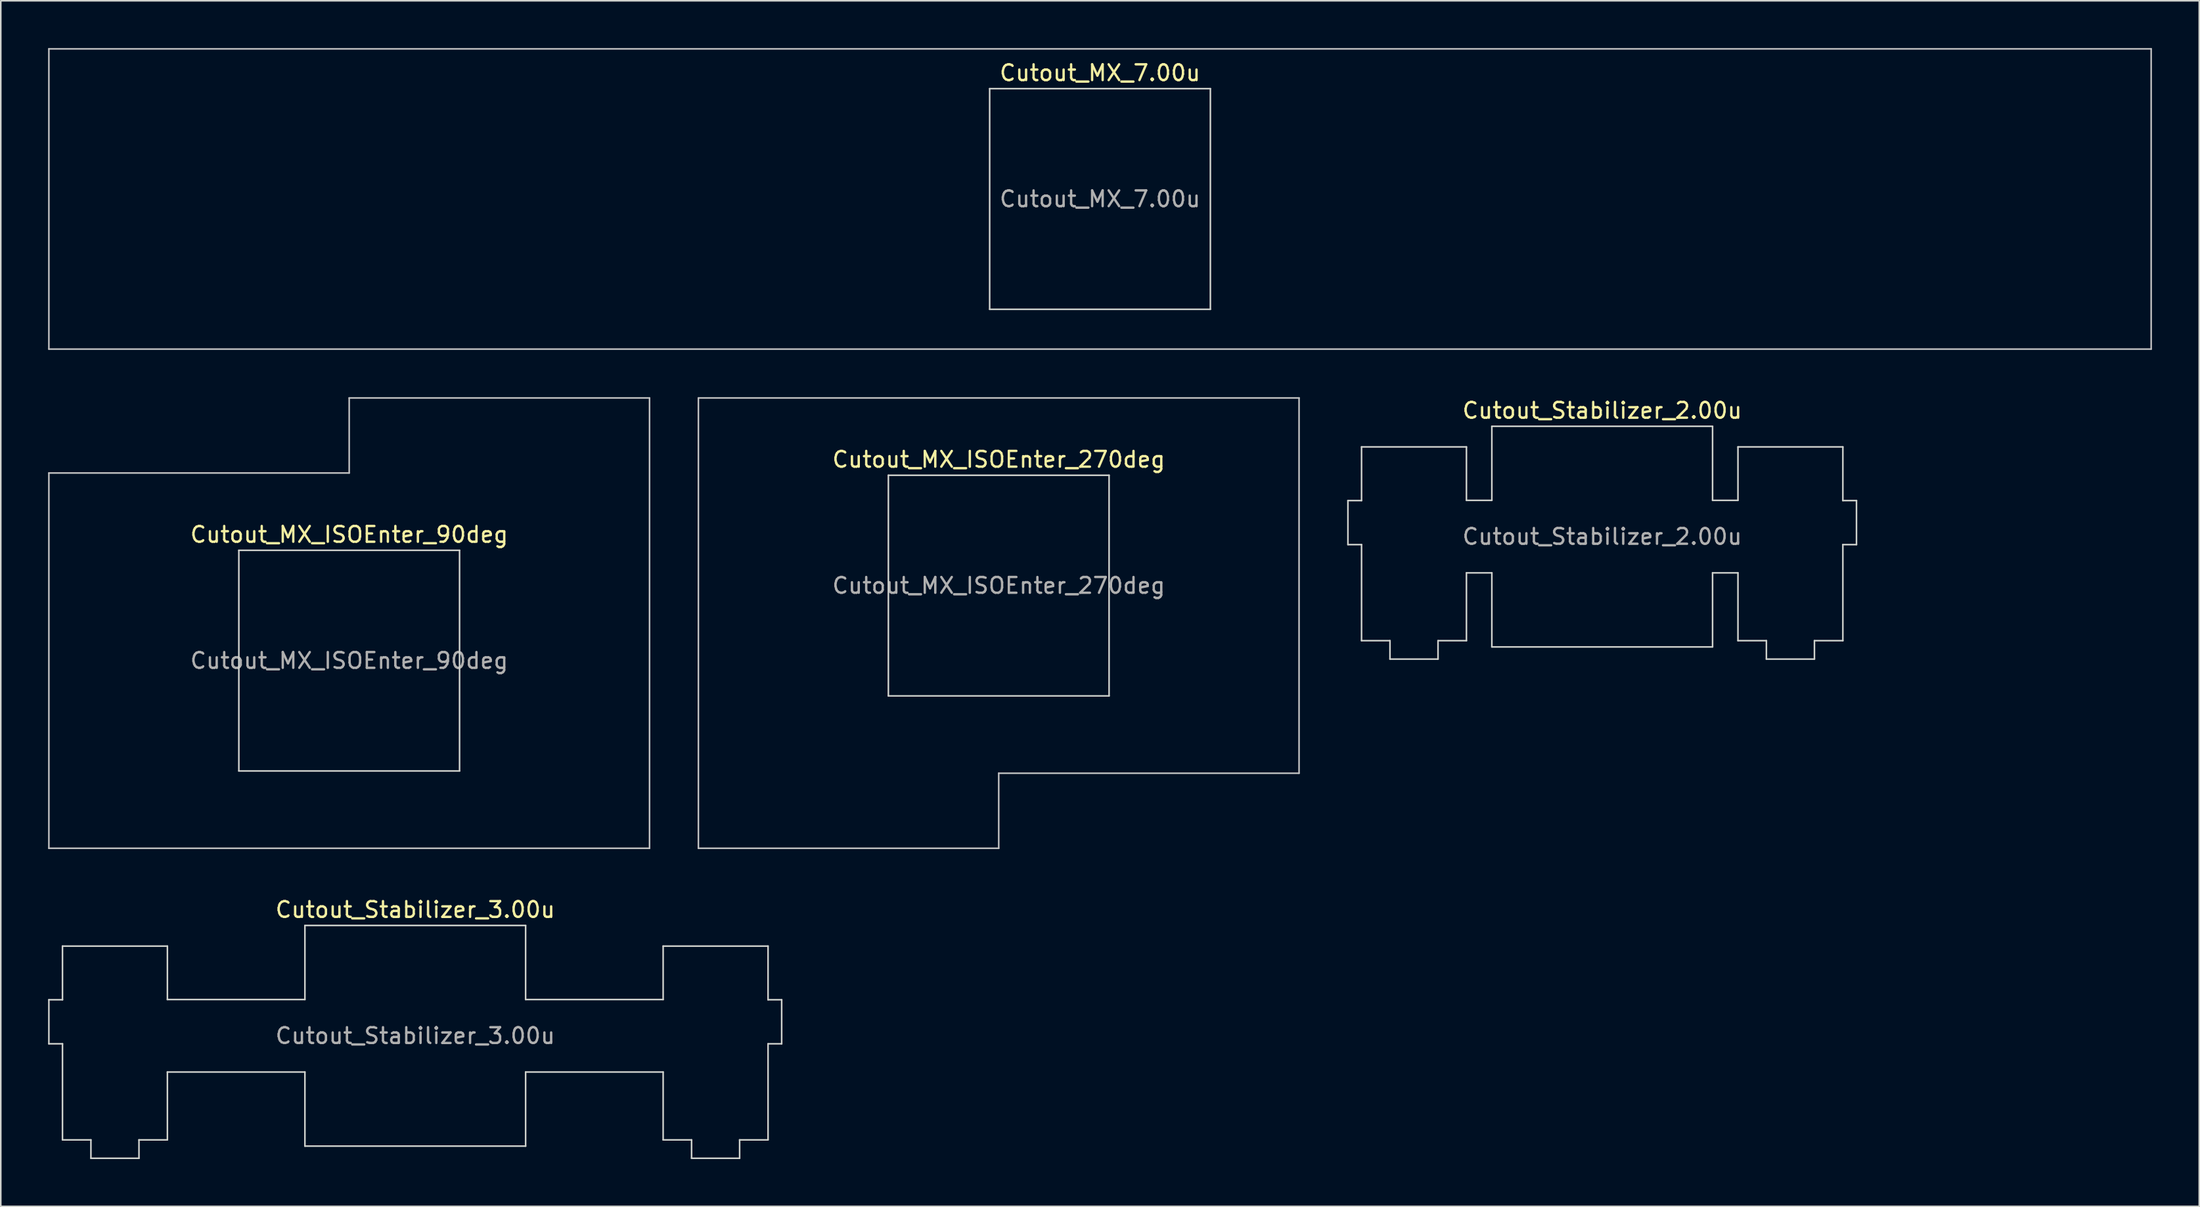
<source format=kicad_pcb>
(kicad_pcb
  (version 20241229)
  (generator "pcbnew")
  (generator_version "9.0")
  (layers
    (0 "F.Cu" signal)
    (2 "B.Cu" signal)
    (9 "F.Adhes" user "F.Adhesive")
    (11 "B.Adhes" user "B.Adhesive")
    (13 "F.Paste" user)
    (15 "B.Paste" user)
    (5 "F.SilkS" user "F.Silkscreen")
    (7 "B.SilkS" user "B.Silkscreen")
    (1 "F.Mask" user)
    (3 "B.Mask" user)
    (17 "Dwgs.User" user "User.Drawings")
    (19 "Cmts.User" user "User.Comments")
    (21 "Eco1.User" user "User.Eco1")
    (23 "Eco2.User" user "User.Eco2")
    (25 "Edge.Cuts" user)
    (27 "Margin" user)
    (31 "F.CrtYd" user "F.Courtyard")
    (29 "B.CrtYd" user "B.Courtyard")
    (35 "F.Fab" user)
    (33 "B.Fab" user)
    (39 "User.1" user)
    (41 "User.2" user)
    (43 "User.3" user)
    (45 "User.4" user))
  (footprint "Cutout_Stabilizer_3.00u"
    (layer "F.Cu")
    (at 23.291 62.673)
    (property "Reference" "Cutout_Stabilizer_3.00u" (at 0 -8 0) (layer "F.SilkS") (effects (font (size 1 1) (thickness 0.15))))
    (attr through_hole)
    (fp_line (start -23.241 -2.286) (end -22.377 -2.286) (stroke (width 0.1) (type solid)) (layer "Edge.Cuts"))
    (fp_line (start -23.241 0.508) (end -23.241 -2.286) (stroke (width 0.1) (type solid)) (layer "Edge.Cuts"))
    (fp_line (start -22.377 -5.69) (end -15.723 -5.69) (stroke (width 0.1) (type solid)) (layer "Edge.Cuts"))
    (fp_line (start -22.377 -2.286) (end -22.377 -5.69) (stroke (width 0.1) (type solid)) (layer "Edge.Cuts"))
    (fp_line (start -22.377 0.508) (end -23.241 0.508) (stroke (width 0.1) (type solid)) (layer "Edge.Cuts"))
    (fp_line (start -22.377 6.604) (end -22.377 0.508) (stroke (width 0.1) (type solid)) (layer "Edge.Cuts"))
    (fp_line (start -20.574 6.604) (end -22.377 6.604) (stroke (width 0.1) (type solid)) (layer "Edge.Cuts"))
    (fp_line (start -20.574 7.772) (end -20.574 6.604) (stroke (width 0.1) (type solid)) (layer "Edge.Cuts"))
    (fp_line (start -17.526 6.604) (end -17.526 7.772) (stroke (width 0.1) (type solid)) (layer "Edge.Cuts"))
    (fp_line (start -17.526 7.772) (end -20.574 7.772) (stroke (width 0.1) (type solid)) (layer "Edge.Cuts"))
    (fp_line (start -15.723 -5.69) (end -15.723 -2.3) (stroke (width 0.1) (type solid)) (layer "Edge.Cuts"))
    (fp_line (start -15.723 -2.3) (end -7 -2.3) (stroke (width 0.1) (type solid)) (layer "Edge.Cuts"))
    (fp_line (start -15.723 2.3) (end -15.723 6.604) (stroke (width 0.1) (type solid)) (layer "Edge.Cuts"))
    (fp_line (start -15.723 6.604) (end -17.526 6.604) (stroke (width 0.1) (type solid)) (layer "Edge.Cuts"))
    (fp_line (start -7 -7) (end -7 -2.3) (stroke (width 0.1) (type solid)) (layer "Edge.Cuts"))
    (fp_line (start -7 -7) (end 7 -7) (stroke (width 0.1) (type solid)) (layer "Edge.Cuts"))
    (fp_line (start -7 2.3) (end -15.723 2.3) (stroke (width 0.1) (type solid)) (layer "Edge.Cuts"))
    (fp_line (start -7 2.3) (end -7 7) (stroke (width 0.1) (type solid)) (layer "Edge.Cuts"))
    (fp_line (start -7 7) (end 7 7) (stroke (width 0.1) (type solid)) (layer "Edge.Cuts"))
    (fp_line (start 7 -7) (end 7 -2.3) (stroke (width 0.1) (type solid)) (layer "Edge.Cuts"))
    (fp_line (start 7 2.3) (end 7 7) (stroke (width 0.1) (type solid)) (layer "Edge.Cuts"))
    (fp_line (start 7 2.3) (end 15.723 2.3) (stroke (width 0.1) (type solid)) (layer "Edge.Cuts"))
    (fp_line (start 15.723 -5.69) (end 15.723 -2.3) (stroke (width 0.1) (type solid)) (layer "Edge.Cuts"))
    (fp_line (start 15.723 -2.3) (end 7 -2.3) (stroke (width 0.1) (type solid)) (layer "Edge.Cuts"))
    (fp_line (start 15.723 2.3) (end 15.723 6.604) (stroke (width 0.1) (type solid)) (layer "Edge.Cuts"))
    (fp_line (start 15.723 6.604) (end 17.526 6.604) (stroke (width 0.1) (type solid)) (layer "Edge.Cuts"))
    (fp_line (start 17.526 6.604) (end 17.526 7.772) (stroke (width 0.1) (type solid)) (layer "Edge.Cuts"))
    (fp_line (start 17.526 7.772) (end 20.574 7.772) (stroke (width 0.1) (type solid)) (layer "Edge.Cuts"))
    (fp_line (start 20.574 6.604) (end 22.377 6.604) (stroke (width 0.1) (type solid)) (layer "Edge.Cuts"))
    (fp_line (start 20.574 7.772) (end 20.574 6.604) (stroke (width 0.1) (type solid)) (layer "Edge.Cuts"))
    (fp_line (start 22.377 -5.69) (end 15.723 -5.69) (stroke (width 0.1) (type solid)) (layer "Edge.Cuts"))
    (fp_line (start 22.377 -2.286) (end 22.377 -5.69) (stroke (width 0.1) (type solid)) (layer "Edge.Cuts"))
    (fp_line (start 22.377 0.508) (end 23.241 0.508) (stroke (width 0.1) (type solid)) (layer "Edge.Cuts"))
    (fp_line (start 22.377 6.604) (end 22.377 0.508) (stroke (width 0.1) (type solid)) (layer "Edge.Cuts"))
    (fp_line (start 23.241 -2.286) (end 22.377 -2.286) (stroke (width 0.1) (type solid)) (layer "Edge.Cuts"))
    (fp_line (start 23.241 0.508) (end 23.241 -2.286) (stroke (width 0.1) (type solid)) (layer "Edge.Cuts"))
    (fp_text user "${REFERENCE}" (at 0 0 0) (layer "F.Fab") (effects (font (size 1 1) (thickness 0.15)))))
  (footprint "Cutout_MX_7.00u"
    (layer "F.Cu")
    (at 66.725 9.575)
    (property "Reference" "Cutout_MX_7.00u" (at 0 -8 0) (layer "F.SilkS") (effects (font (size 1 1) (thickness 0.15))))
    (attr through_hole)
    (fp_line (start -66.675 -9.525) (end -66.675 9.525) (stroke (width 0.1) (type solid)) (layer "Dwgs.User"))
    (fp_line (start -66.675 9.525) (end 66.675 9.525) (stroke (width 0.1) (type solid)) (layer "Dwgs.User"))
    (fp_line (start 66.675 -9.525) (end -66.675 -9.525) (stroke (width 0.1) (type solid)) (layer "Dwgs.User"))
    (fp_line (start 66.675 9.525) (end 66.675 -9.525) (stroke (width 0.1) (type solid)) (layer "Dwgs.User"))
    (fp_line (start -7 -7) (end -7 7) (stroke (width 0.1) (type solid)) (layer "Edge.Cuts"))
    (fp_line (start -7 7) (end 7 7) (stroke (width 0.1) (type solid)) (layer "Edge.Cuts"))
    (fp_line (start 7 -7) (end -7 -7) (stroke (width 0.1) (type solid)) (layer "Edge.Cuts"))
    (fp_line (start 7 7) (end 7 -7) (stroke (width 0.1) (type solid)) (layer "Edge.Cuts"))
    (fp_text user "${REFERENCE}" (at 0 0 0) (layer "F.Fab") (effects (font (size 1 1) (thickness 0.15)))))
  (footprint "Cutout_MX_ISOEnter_270deg"
    (layer "F.Cu")
    (at 60.3 34.106)
    (property "Reference" "Cutout_MX_ISOEnter_270deg" (at 0 -8 0) (layer "F.SilkS") (effects (font (size 1 1) (thickness 0.15))))
    (attr through_hole)
    (fp_line (start -19.05 -11.906) (end -19.05 16.669) (stroke (width 0.1) (type solid)) (layer "Dwgs.User"))
    (fp_line (start -19.05 16.669) (end 0 16.669) (stroke (width 0.1) (type solid)) (layer "Dwgs.User"))
    (fp_line (start 0 11.906) (end 19.05 11.906) (stroke (width 0.1) (type solid)) (layer "Dwgs.User"))
    (fp_line (start 0 16.669) (end 0 11.906) (stroke (width 0.1) (type solid)) (layer "Dwgs.User"))
    (fp_line (start 19.05 -11.906) (end -19.05 -11.906) (stroke (width 0.1) (type solid)) (layer "Dwgs.User"))
    (fp_line (start 19.05 11.906) (end 19.05 -11.906) (stroke (width 0.1) (type solid)) (layer "Dwgs.User"))
    (fp_line (start -7 -7) (end -7 7) (stroke (width 0.1) (type solid)) (layer "Edge.Cuts"))
    (fp_line (start -7 7) (end 7 7) (stroke (width 0.1) (type solid)) (layer "Edge.Cuts"))
    (fp_line (start 7 -7) (end -7 -7) (stroke (width 0.1) (type solid)) (layer "Edge.Cuts"))
    (fp_line (start 7 7) (end 7 -7) (stroke (width 0.1) (type solid)) (layer "Edge.Cuts"))
    (fp_text user "${REFERENCE}" (at 0 0 0) (layer "F.Fab") (effects (font (size 1 1) (thickness 0.15)))))
  (footprint "Cutout_Stabilizer_2.00u"
    (layer "F.Cu")
    (at 98.579 30.998)
    (property "Reference" "Cutout_Stabilizer_2.00u" (at 0 -8 0) (layer "F.SilkS") (effects (font (size 1 1) (thickness 0.15))))
    (attr through_hole)
    (fp_line (start -16.129 -2.286) (end -15.265 -2.286) (stroke (width 0.1) (type solid)) (layer "Edge.Cuts"))
    (fp_line (start -16.129 0.508) (end -16.129 -2.286) (stroke (width 0.1) (type solid)) (layer "Edge.Cuts"))
    (fp_line (start -15.265 -5.69) (end -8.611 -5.69) (stroke (width 0.1) (type solid)) (layer "Edge.Cuts"))
    (fp_line (start -15.265 -2.286) (end -15.265 -5.69) (stroke (width 0.1) (type solid)) (layer "Edge.Cuts"))
    (fp_line (start -15.265 0.508) (end -16.129 0.508) (stroke (width 0.1) (type solid)) (layer "Edge.Cuts"))
    (fp_line (start -15.265 6.604) (end -15.265 0.508) (stroke (width 0.1) (type solid)) (layer "Edge.Cuts"))
    (fp_line (start -13.462 6.604) (end -15.265 6.604) (stroke (width 0.1) (type solid)) (layer "Edge.Cuts"))
    (fp_line (start -13.462 7.772) (end -13.462 6.604) (stroke (width 0.1) (type solid)) (layer "Edge.Cuts"))
    (fp_line (start -10.414 6.604) (end -10.414 7.772) (stroke (width 0.1) (type solid)) (layer "Edge.Cuts"))
    (fp_line (start -10.414 7.772) (end -13.462 7.772) (stroke (width 0.1) (type solid)) (layer "Edge.Cuts"))
    (fp_line (start -8.611 -5.69) (end -8.611 -2.3) (stroke (width 0.1) (type solid)) (layer "Edge.Cuts"))
    (fp_line (start -8.611 -2.3) (end -7 -2.3) (stroke (width 0.1) (type solid)) (layer "Edge.Cuts"))
    (fp_line (start -8.611 2.3) (end -8.611 6.604) (stroke (width 0.1) (type solid)) (layer "Edge.Cuts"))
    (fp_line (start -8.611 2.3) (end -7 2.3) (stroke (width 0.1) (type solid)) (layer "Edge.Cuts"))
    (fp_line (start -8.611 6.604) (end -10.414 6.604) (stroke (width 0.1) (type solid)) (layer "Edge.Cuts"))
    (fp_line (start -7 -7) (end -7 -2.3) (stroke (width 0.1) (type solid)) (layer "Edge.Cuts"))
    (fp_line (start -7 -7) (end 7 -7) (stroke (width 0.1) (type solid)) (layer "Edge.Cuts"))
    (fp_line (start -7 2.3) (end -7 7) (stroke (width 0.1) (type solid)) (layer "Edge.Cuts"))
    (fp_line (start -7 7) (end 7 7) (stroke (width 0.1) (type solid)) (layer "Edge.Cuts"))
    (fp_line (start 7 -7) (end 7 -2.3) (stroke (width 0.1) (type solid)) (layer "Edge.Cuts"))
    (fp_line (start 7 -2.3) (end 8.611 -2.3) (stroke (width 0.1) (type solid)) (layer "Edge.Cuts"))
    (fp_line (start 7 2.3) (end 7 7) (stroke (width 0.1) (type solid)) (layer "Edge.Cuts"))
    (fp_line (start 7 2.3) (end 8.611 2.3) (stroke (width 0.1) (type solid)) (layer "Edge.Cuts"))
    (fp_line (start 8.611 -5.69) (end 8.611 -2.3) (stroke (width 0.1) (type solid)) (layer "Edge.Cuts"))
    (fp_line (start 8.611 2.3) (end 8.611 6.604) (stroke (width 0.1) (type solid)) (layer "Edge.Cuts"))
    (fp_line (start 8.611 6.604) (end 10.414 6.604) (stroke (width 0.1) (type solid)) (layer "Edge.Cuts"))
    (fp_line (start 10.414 6.604) (end 10.414 7.772) (stroke (width 0.1) (type solid)) (layer "Edge.Cuts"))
    (fp_line (start 10.414 7.772) (end 13.462 7.772) (stroke (width 0.1) (type solid)) (layer "Edge.Cuts"))
    (fp_line (start 13.462 6.604) (end 15.265 6.604) (stroke (width 0.1) (type solid)) (layer "Edge.Cuts"))
    (fp_line (start 13.462 7.772) (end 13.462 6.604) (stroke (width 0.1) (type solid)) (layer "Edge.Cuts"))
    (fp_line (start 15.265 -5.69) (end 8.611 -5.69) (stroke (width 0.1) (type solid)) (layer "Edge.Cuts"))
    (fp_line (start 15.265 -2.286) (end 15.265 -5.69) (stroke (width 0.1) (type solid)) (layer "Edge.Cuts"))
    (fp_line (start 15.265 0.508) (end 16.129 0.508) (stroke (width 0.1) (type solid)) (layer "Edge.Cuts"))
    (fp_line (start 15.265 6.604) (end 15.265 0.508) (stroke (width 0.1) (type solid)) (layer "Edge.Cuts"))
    (fp_line (start 16.129 -2.286) (end 15.265 -2.286) (stroke (width 0.1) (type solid)) (layer "Edge.Cuts"))
    (fp_line (start 16.129 0.508) (end 16.129 -2.286) (stroke (width 0.1) (type solid)) (layer "Edge.Cuts"))
    (fp_text user "${REFERENCE}" (at 0 0 0) (layer "F.Fab") (effects (font (size 1 1) (thickness 0.15)))))
  (footprint "Cutout_MX_ISOEnter_90deg"
    (layer "F.Cu")
    (at 19.1 38.869)
    (property "Reference" "Cutout_MX_ISOEnter_90deg" (at 0 -8 0) (layer "F.SilkS") (effects (font (size 1 1) (thickness 0.15))))
    (attr through_hole)
    (fp_line (start -19.05 -11.906) (end -19.05 11.906) (stroke (width 0.1) (type solid)) (layer "Dwgs.User"))
    (fp_line (start -19.05 11.906) (end 19.05 11.906) (stroke (width 0.1) (type solid)) (layer "Dwgs.User"))
    (fp_line (start 0 -16.669) (end 0 -11.906) (stroke (width 0.1) (type solid)) (layer "Dwgs.User"))
    (fp_line (start 0 -11.906) (end -19.05 -11.906) (stroke (width 0.1) (type solid)) (layer "Dwgs.User"))
    (fp_line (start 19.05 -16.669) (end 0 -16.669) (stroke (width 0.1) (type solid)) (layer "Dwgs.User"))
    (fp_line (start 19.05 11.906) (end 19.05 -16.669) (stroke (width 0.1) (type solid)) (layer "Dwgs.User"))
    (fp_line (start -7 -7) (end -7 7) (stroke (width 0.1) (type solid)) (layer "Edge.Cuts"))
    (fp_line (start -7 7) (end 7 7) (stroke (width 0.1) (type solid)) (layer "Edge.Cuts"))
    (fp_line (start 7 -7) (end -7 -7) (stroke (width 0.1) (type solid)) (layer "Edge.Cuts"))
    (fp_line (start 7 7) (end 7 -7) (stroke (width 0.1) (type solid)) (layer "Edge.Cuts"))
    (fp_text user "${REFERENCE}" (at 0 0 0) (layer "F.Fab") (effects (font (size 1 1) (thickness 0.15)))))
  (gr_rect
    (start -3 -3)
    (end 136.45 73.496)
    (stroke (width 0.1) (type default))
    (fill no)
    (layer "Edge.Cuts")))
</source>
